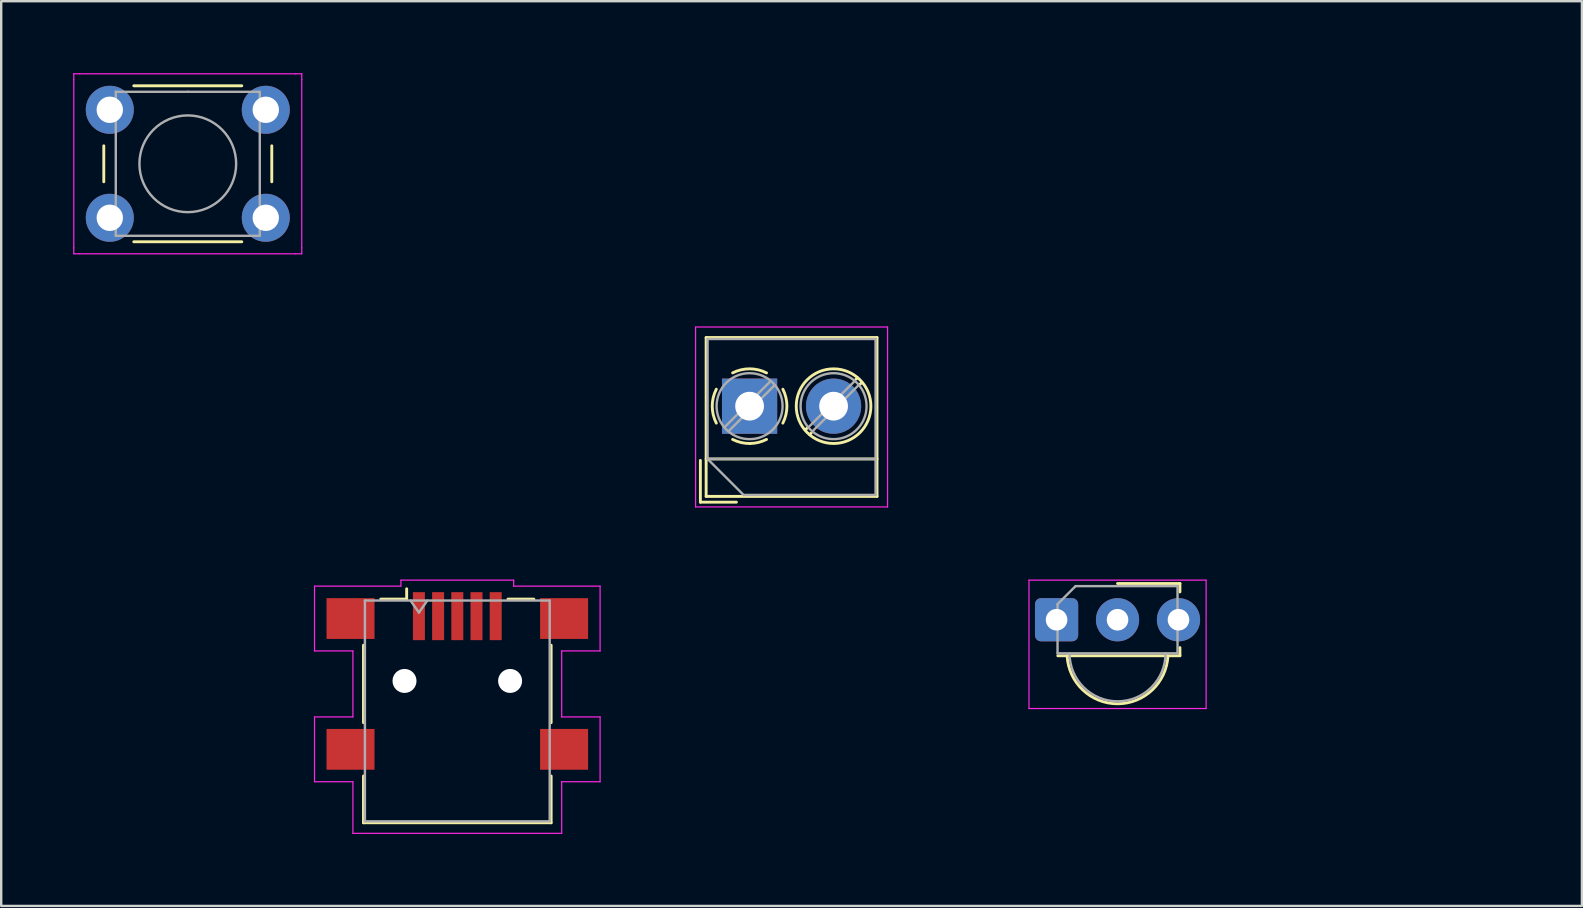
<source format=kicad_pcb>
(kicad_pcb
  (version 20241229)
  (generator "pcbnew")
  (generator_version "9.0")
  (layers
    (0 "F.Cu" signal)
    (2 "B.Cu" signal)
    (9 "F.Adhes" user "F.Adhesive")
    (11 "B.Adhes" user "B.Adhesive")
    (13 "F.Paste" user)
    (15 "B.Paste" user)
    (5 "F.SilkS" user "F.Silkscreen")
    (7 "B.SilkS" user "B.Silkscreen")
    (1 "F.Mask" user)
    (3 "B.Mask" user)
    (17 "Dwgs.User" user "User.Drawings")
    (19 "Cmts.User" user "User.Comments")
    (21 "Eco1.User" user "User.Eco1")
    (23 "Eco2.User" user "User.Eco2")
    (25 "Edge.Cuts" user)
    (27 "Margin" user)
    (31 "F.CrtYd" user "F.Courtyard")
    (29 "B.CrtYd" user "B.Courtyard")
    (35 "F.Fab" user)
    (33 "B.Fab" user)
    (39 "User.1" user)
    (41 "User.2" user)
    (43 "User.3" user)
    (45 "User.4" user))
  (footprint "SW_PUSH_6mm_H5mm"
    (layer "F.Cu")
    (at 1.525 1.525)
    (property "Reference" "SW_PUSH_6mm_H5mm" (at 3.25 -2 180) (layer "User.7") (effects (font (size 1 1) (thickness 0.15))))
    (attr through_hole)
    (fp_line (start -0.25 1.5) (end -0.25 3) (stroke (width 0.12) (type solid)) (layer "F.SilkS"))
    (fp_line (start 1 5.5) (end 5.5 5.5) (stroke (width 0.12) (type solid)) (layer "F.SilkS"))
    (fp_line (start 5.5 -1) (end 1 -1) (stroke (width 0.12) (type solid)) (layer "F.SilkS"))
    (fp_line (start 6.75 3) (end 6.75 1.5) (stroke (width 0.12) (type solid)) (layer "F.SilkS"))
    (fp_line (start -1.5 -1.5) (end -1.25 -1.5) (stroke (width 0.05) (type solid)) (layer "F.CrtYd"))
    (fp_line (start -1.5 -1.25) (end -1.5 -1.5) (stroke (width 0.05) (type solid)) (layer "F.CrtYd"))
    (fp_line (start -1.5 5.75) (end -1.5 -1.25) (stroke (width 0.05) (type solid)) (layer "F.CrtYd"))
    (fp_line (start -1.5 5.75) (end -1.5 6) (stroke (width 0.05) (type solid)) (layer "F.CrtYd"))
    (fp_line (start -1.5 6) (end -1.25 6) (stroke (width 0.05) (type solid)) (layer "F.CrtYd"))
    (fp_line (start -1.25 -1.5) (end 7.75 -1.5) (stroke (width 0.05) (type solid)) (layer "F.CrtYd"))
    (fp_line (start 7.75 -1.5) (end 8 -1.5) (stroke (width 0.05) (type solid)) (layer "F.CrtYd"))
    (fp_line (start 7.75 6) (end -1.25 6) (stroke (width 0.05) (type solid)) (layer "F.CrtYd"))
    (fp_line (start 7.75 6) (end 8 6) (stroke (width 0.05) (type solid)) (layer "F.CrtYd"))
    (fp_line (start 8 -1.5) (end 8 -1.25) (stroke (width 0.05) (type solid)) (layer "F.CrtYd"))
    (fp_line (start 8 -1.25) (end 8 5.75) (stroke (width 0.05) (type solid)) (layer "F.CrtYd"))
    (fp_line (start 8 6) (end 8 5.75) (stroke (width 0.05) (type solid)) (layer "F.CrtYd"))
    (fp_line (start 0.25 -0.75) (end 3.25 -0.75) (stroke (width 0.1) (type solid)) (layer "F.Fab"))
    (fp_line (start 0.25 5.25) (end 0.25 -0.75) (stroke (width 0.1) (type solid)) (layer "F.Fab"))
    (fp_line (start 3.25 -0.75) (end 6.25 -0.75) (stroke (width 0.1) (type solid)) (layer "F.Fab"))
    (fp_line (start 6.25 -0.75) (end 6.25 5.25) (stroke (width 0.1) (type solid)) (layer "F.Fab"))
    (fp_line (start 6.25 5.25) (end 0.25 5.25) (stroke (width 0.1) (type solid)) (layer "F.Fab"))
    (fp_circle (center 3.25 2.25) (end 1.25 2.5) (stroke (width 0.1) (type solid)) (fill no) (layer "F.Fab"))
    (pad "1" thru_hole circle (at 0 0 90) (size 2 2) (drill 1.1) (layers "*.Cu" "*.Mask"))
    (pad "1" thru_hole circle (at 6.5 0 90) (size 2 2) (drill 1.1) (layers "*.Cu" "*.Mask"))
    (pad "2" thru_hole circle (at 0 4.5 90) (size 2 2) (drill 1.1) (layers "*.Cu" "*.Mask"))
    (pad "2" thru_hole circle (at 6.5 4.5 90) (size 2 2) (drill 1.1) (layers "*.Cu" "*.Mask")))
  (footprint "USB_Mini-B_Lumberg_2486_01_Horizontal"
    (layer "F.Cu")
    (at 16.006 25.325)
    (property "Reference" "USB_Mini-B_Lumberg_2486_01_Horizontal" (at 0 -5 180) (layer "User.7") (effects (font (size 1 1) (thickness 0.15))))
    (attr smd)
    (fp_line (start -3.91 1.74) (end -3.91 -1.49) (stroke (width 0.12) (type solid)) (layer "F.SilkS"))
    (fp_line (start -3.91 5.91) (end -3.91 3.96) (stroke (width 0.12) (type solid)) (layer "F.SilkS"))
    (fp_line (start -3.19 -3.41) (end -2.11 -3.41) (stroke (width 0.12) (type solid)) (layer "F.SilkS"))
    (fp_line (start -2.11 -3.41) (end -2.11 -3.84) (stroke (width 0.12) (type solid)) (layer "F.SilkS"))
    (fp_line (start 2.11 -3.41) (end 3.19 -3.41) (stroke (width 0.12) (type solid)) (layer "F.SilkS"))
    (fp_line (start 3.91 1.74) (end 3.91 -1.49) (stroke (width 0.12) (type solid)) (layer "F.SilkS"))
    (fp_line (start 3.91 5.91) (end -3.91 5.91) (stroke (width 0.12) (type solid)) (layer "F.SilkS"))
    (fp_line (start 3.91 5.91) (end 3.91 3.96) (stroke (width 0.12) (type solid)) (layer "F.SilkS"))
    (fp_line (start -5.95 -3.95) (end -5.95 -1.25) (stroke (width 0.05) (type solid)) (layer "F.CrtYd"))
    (fp_line (start -5.95 -3.95) (end -2.35 -3.95) (stroke (width 0.05) (type solid)) (layer "F.CrtYd"))
    (fp_line (start -5.95 1.5) (end -5.95 4.2) (stroke (width 0.05) (type solid)) (layer "F.CrtYd"))
    (fp_line (start -4.35 -1.25) (end -5.95 -1.25) (stroke (width 0.05) (type solid)) (layer "F.CrtYd"))
    (fp_line (start -4.35 -1.25) (end -4.35 1.5) (stroke (width 0.05) (type solid)) (layer "F.CrtYd"))
    (fp_line (start -4.35 1.5) (end -5.95 1.5) (stroke (width 0.05) (type solid)) (layer "F.CrtYd"))
    (fp_line (start -4.35 4.2) (end -5.95 4.2) (stroke (width 0.05) (type solid)) (layer "F.CrtYd"))
    (fp_line (start -4.35 6.35) (end -4.35 4.2) (stroke (width 0.05) (type solid)) (layer "F.CrtYd"))
    (fp_line (start -4.35 6.35) (end 4.35 6.35) (stroke (width 0.05) (type solid)) (layer "F.CrtYd"))
    (fp_line (start -2.35 -3.95) (end -2.35 -4.2) (stroke (width 0.05) (type solid)) (layer "F.CrtYd"))
    (fp_line (start 2.35 -4.2) (end -2.35 -4.2) (stroke (width 0.05) (type solid)) (layer "F.CrtYd"))
    (fp_line (start 2.35 -3.95) (end 2.35 -4.2) (stroke (width 0.05) (type solid)) (layer "F.CrtYd"))
    (fp_line (start 4.35 -1.25) (end 4.35 1.5) (stroke (width 0.05) (type solid)) (layer "F.CrtYd"))
    (fp_line (start 4.35 -1.25) (end 5.95 -1.25) (stroke (width 0.05) (type solid)) (layer "F.CrtYd"))
    (fp_line (start 4.35 1.5) (end 5.95 1.5) (stroke (width 0.05) (type solid)) (layer "F.CrtYd"))
    (fp_line (start 4.35 4.2) (end 5.95 4.2) (stroke (width 0.05) (type solid)) (layer "F.CrtYd"))
    (fp_line (start 4.35 6.35) (end 4.35 4.2) (stroke (width 0.05) (type solid)) (layer "F.CrtYd"))
    (fp_line (start 5.95 -3.95) (end 2.35 -3.95) (stroke (width 0.05) (type solid)) (layer "F.CrtYd"))
    (fp_line (start 5.95 -3.95) (end 5.95 -1.25) (stroke (width 0.05) (type solid)) (layer "F.CrtYd"))
    (fp_line (start 5.95 1.5) (end 5.95 4.2) (stroke (width 0.05) (type solid)) (layer "F.CrtYd"))
    (fp_line (start -3.85 -3.35) (end -3.85 5.85) (stroke (width 0.1) (type solid)) (layer "F.Fab"))
    (fp_line (start -3.85 -3.35) (end 3.85 -3.35) (stroke (width 0.1) (type solid)) (layer "F.Fab"))
    (fp_line (start -3.85 5.85) (end 3.85 5.85) (stroke (width 0.1) (type solid)) (layer "F.Fab"))
    (fp_line (start -1.95 -3.35) (end -1.6 -2.85) (stroke (width 0.1) (type solid)) (layer "F.Fab"))
    (fp_line (start -1.6 -2.85) (end -1.25 -3.35) (stroke (width 0.1) (type solid)) (layer "F.Fab"))
    (fp_line (start 3.85 5.85) (end 3.85 -3.35) (stroke (width 0.1) (type solid)) (layer "F.Fab"))
    (fp_text user "${REFERENCE}" (at 0 1.6 180) (layer "User.3") (effects (font (size 1 1) (thickness 0.15))))
    (pad "" np_thru_hole circle (at -2.2 0) (size 1 1) (drill 1) (layers "*.Cu" "*.Mask"))
    (pad "" np_thru_hole circle (at 2.2 0) (size 1 1) (drill 1) (layers "*.Cu" "*.Mask"))
    (pad "1" smd rect (at -1.6 -2.7) (size 0.5 2) (layers "F.Cu" "F.Mask" "F.Paste"))
    (pad "2" smd rect (at -0.8 -2.7) (size 0.5 2) (layers "F.Cu" "F.Mask" "F.Paste"))
    (pad "3" smd rect (at 0 -2.7) (size 0.5 2) (layers "F.Cu" "F.Mask" "F.Paste"))
    (pad "4" smd rect (at 0.8 -2.7) (size 0.5 2) (layers "F.Cu" "F.Mask" "F.Paste"))
    (pad "5" smd rect (at 1.6 -2.7) (size 0.5 2) (layers "F.Cu" "F.Mask" "F.Paste"))
    (pad "6" smd rect (at -4.45 -2.6) (size 2 1.7) (layers "F.Cu" "F.Mask" "F.Paste"))
    (pad "6" smd rect (at -4.45 2.85) (size 2 1.7) (layers "F.Cu" "F.Mask" "F.Paste"))
    (pad "6" smd rect (at 4.45 -2.6) (size 2 1.7) (layers "F.Cu" "F.Mask" "F.Paste"))
    (pad "6" smd rect (at 4.45 2.85) (size 2 1.7) (layers "F.Cu" "F.Mask" "F.Paste")))
  (footprint "TerminalBlock_MetzConnect_Type059_RT06302HBWC_1x02_P3.50mm_Horizontal"
    (layer "F.Cu")
    (at 28.185 13.875)
    (property "Reference" "TerminalBlock_MetzConnect_Type059_RT06302HBWC_1x02_P3.50mm_Horizontal" (at 1.75 -3.86 180) (layer "User.7") (effects (font (size 1 1) (thickness 0.15))))
    (attr through_hole)
    (fp_line (start -2.05 2.26) (end -2.05 4) (stroke (width 0.12) (type solid)) (layer "F.SilkS"))
    (fp_line (start -2.05 4) (end -0.55 4) (stroke (width 0.12) (type solid)) (layer "F.SilkS"))
    (fp_line (start -1.81 -2.86) (end -1.81 3.76) (stroke (width 0.12) (type solid)) (layer "F.SilkS"))
    (fp_line (start -1.81 -2.86) (end 5.31 -2.86) (stroke (width 0.12) (type solid)) (layer "F.SilkS"))
    (fp_line (start -1.81 2.2) (end 5.31 2.2) (stroke (width 0.12) (type solid)) (layer "F.SilkS"))
    (fp_line (start -1.81 3.76) (end 5.31 3.76) (stroke (width 0.12) (type solid)) (layer "F.SilkS"))
    (fp_line (start 2.397 0.914) (end 2.321 0.99) (stroke (width 0.12) (type solid)) (layer "F.SilkS"))
    (fp_line (start 2.565 1.125) (end 2.511 1.18) (stroke (width 0.12) (type solid)) (layer "F.SilkS"))
    (fp_line (start 4.49 -1.18) (end 4.436 -1.126) (stroke (width 0.12) (type solid)) (layer "F.SilkS"))
    (fp_line (start 4.68 -0.99) (end 4.604 -0.914) (stroke (width 0.12) (type solid)) (layer "F.SilkS"))
    (fp_line (start 5.31 -2.86) (end 5.31 3.76) (stroke (width 0.12) (type solid)) (layer "F.SilkS"))
    (fp_arc (start -1.386645 0.705733) (mid -1.555906 -0.000711) (end -1.386 -0.707) (stroke (width 0.12) (type solid)) (layer "F.SilkS"))
    (fp_arc (start -0.705733 -1.386645) (mid 0.000711 -1.555906) (end 0.707 -1.386) (stroke (width 0.12) (type solid)) (layer "F.SilkS"))
    (fp_arc (start 0.026444 1.555682) (mid -0.350695 1.515869) (end -0.707 1.386) (stroke (width 0.12) (type solid)) (layer "F.SilkS"))
    (fp_arc (start 0.705955 1.385515) (mid 0.363007 1.512035) (end 0 1.555) (stroke (width 0.12) (type solid)) (layer "F.SilkS"))
    (fp_arc (start 1.386645 -0.705733) (mid 1.555906 0.000711) (end 1.386 0.707) (stroke (width 0.12) (type solid)) (layer "F.SilkS"))
    (fp_circle (center 3.5 0) (end 5.055 0) (stroke (width 0.12) (type solid)) (fill no) (layer "F.SilkS"))
    (fp_line (start -2.25 -3.3) (end -2.25 4.2) (stroke (width 0.05) (type solid)) (layer "F.CrtYd"))
    (fp_line (start -2.25 4.2) (end 5.75 4.2) (stroke (width 0.05) (type solid)) (layer "F.CrtYd"))
    (fp_line (start 5.75 -3.3) (end -2.25 -3.3) (stroke (width 0.05) (type solid)) (layer "F.CrtYd"))
    (fp_line (start 5.75 4.2) (end 5.75 -3.3) (stroke (width 0.05) (type solid)) (layer "F.CrtYd"))
    (fp_line (start -1.75 -2.8) (end 5.25 -2.8) (stroke (width 0.1) (type solid)) (layer "F.Fab"))
    (fp_line (start -1.75 2.2) (end -1.75 -2.8) (stroke (width 0.1) (type solid)) (layer "F.Fab"))
    (fp_line (start -1.75 2.2) (end 5.25 2.2) (stroke (width 0.1) (type solid)) (layer "F.Fab"))
    (fp_line (start -0.25 3.7) (end -1.75 2.2) (stroke (width 0.1) (type solid)) (layer "F.Fab"))
    (fp_line (start 0.876 -1.043) (end -1.043 0.875) (stroke (width 0.1) (type solid)) (layer "F.Fab"))
    (fp_line (start 1.043 -0.875) (end -0.876 1.043) (stroke (width 0.1) (type solid)) (layer "F.Fab"))
    (fp_line (start 4.376 -1.043) (end 2.458 0.875) (stroke (width 0.1) (type solid)) (layer "F.Fab"))
    (fp_line (start 4.543 -0.875) (end 2.625 1.043) (stroke (width 0.1) (type solid)) (layer "F.Fab"))
    (fp_line (start 5.25 -2.8) (end 5.25 3.7) (stroke (width 0.1) (type solid)) (layer "F.Fab"))
    (fp_line (start 5.25 3.7) (end -0.25 3.7) (stroke (width 0.1) (type solid)) (layer "F.Fab"))
    (fp_circle (center 0 0) (end 1.375 0) (stroke (width 0.1) (type solid)) (fill no) (layer "F.Fab"))
    (fp_circle (center 3.5 0) (end 4.875 0) (stroke (width 0.1) (type solid)) (fill no) (layer "F.Fab"))
    (fp_text user "${REFERENCE}" (at 1.75 2.95 180) (layer "User.3") (effects (font (size 1 1) (thickness 0.15))))
    (pad "1" thru_hole rect (at 0 0) (size 2.3 2.3) (drill 1.2) (layers "*.Cu" "*.Mask"))
    (pad "2" thru_hole circle (at 3.5 0) (size 2.3 2.3) (drill 1.2) (layers "*.Cu" "*.Mask")))
  (footprint "Vishay_MINICAST-3Pin"
    (layer "F.Cu")
    (at 40.978 22.775)
    (property "Reference" "Vishay_MINICAST-3Pin" (at 2.5 -2.4 180) (layer "User.7") (effects (font (size 1 1) (thickness 0.15))))
    (attr through_hole)
    (fp_line (start 5.14 -1.51) (end 2.54 -1.51) (stroke (width 0.12) (type solid)) (layer "F.SilkS"))
    (fp_line (start 5.14 -1.16) (end 5.14 -1.51) (stroke (width 0.12) (type solid)) (layer "F.SilkS"))
    (fp_line (start 5.14 1.16) (end 5.14 1.5) (stroke (width 0.12) (type solid)) (layer "F.SilkS"))
    (fp_line (start 5.14 1.5) (end 0.05 1.5) (stroke (width 0.12) (type solid)) (layer "F.SilkS"))
    (fp_arc (start 4.64 1.5) (mid 2.540869 3.502379) (end 0.440083 1.501736) (stroke (width 0.12) (type solid)) (layer "F.SilkS"))
    (fp_line (start -1.15 -1.65) (end -1.15 3.7) (stroke (width 0.05) (type solid)) (layer "F.CrtYd"))
    (fp_line (start -1.15 -1.65) (end 6.23 -1.65) (stroke (width 0.05) (type solid)) (layer "F.CrtYd"))
    (fp_line (start 6.23 3.7) (end -1.15 3.7) (stroke (width 0.05) (type solid)) (layer "F.CrtYd"))
    (fp_line (start 6.23 3.7) (end 6.23 -1.65) (stroke (width 0.05) (type solid)) (layer "F.CrtYd"))
    (fp_line (start 0.04 1.4) (end 0.04 -0.65) (stroke (width 0.1) (type solid)) (layer "F.Fab"))
    (fp_line (start 0.79 -1.4) (end 0.04 -0.65) (stroke (width 0.1) (type solid)) (layer "F.Fab"))
    (fp_line (start 0.79 -1.4) (end 5.04 -1.4) (stroke (width 0.1) (type solid)) (layer "F.Fab"))
    (fp_line (start 5.04 -1.4) (end 5.04 1.4) (stroke (width 0.1) (type solid)) (layer "F.Fab"))
    (fp_line (start 5.04 1.4) (end 0.04 1.4) (stroke (width 0.1) (type solid)) (layer "F.Fab"))
    (fp_arc (start 4.54 1.4) (mid 2.54 3.4) (end 0.54 1.4) (stroke (width 0.1) (type solid)) (layer "F.Fab"))
    (fp_text user "${REFERENCE}" (at 2.54 0 0) (layer "User.3") (effects (font (size 1 1) (thickness 0.15))))
    (pad "1" thru_hole roundrect (at 0 0) (size 1.8 1.8) (drill 0.9) (layers "*.Cu" "*.Mask") (roundrect_rratio 0.139))
    (pad "2" thru_hole circle (at 2.54 0) (size 1.8 1.8) (drill 0.9) (layers "*.Cu" "*.Mask"))
    (pad "3" thru_hole circle (at 5.08 0) (size 1.8 1.8) (drill 0.9) (layers "*.Cu" "*.Mask")))
  (gr_rect
    (start -3 -3)
    (end 62.869 34.7)
    (stroke (width 0.1) (type default))
    (fill no)
    (layer "Edge.Cuts")))
</source>
